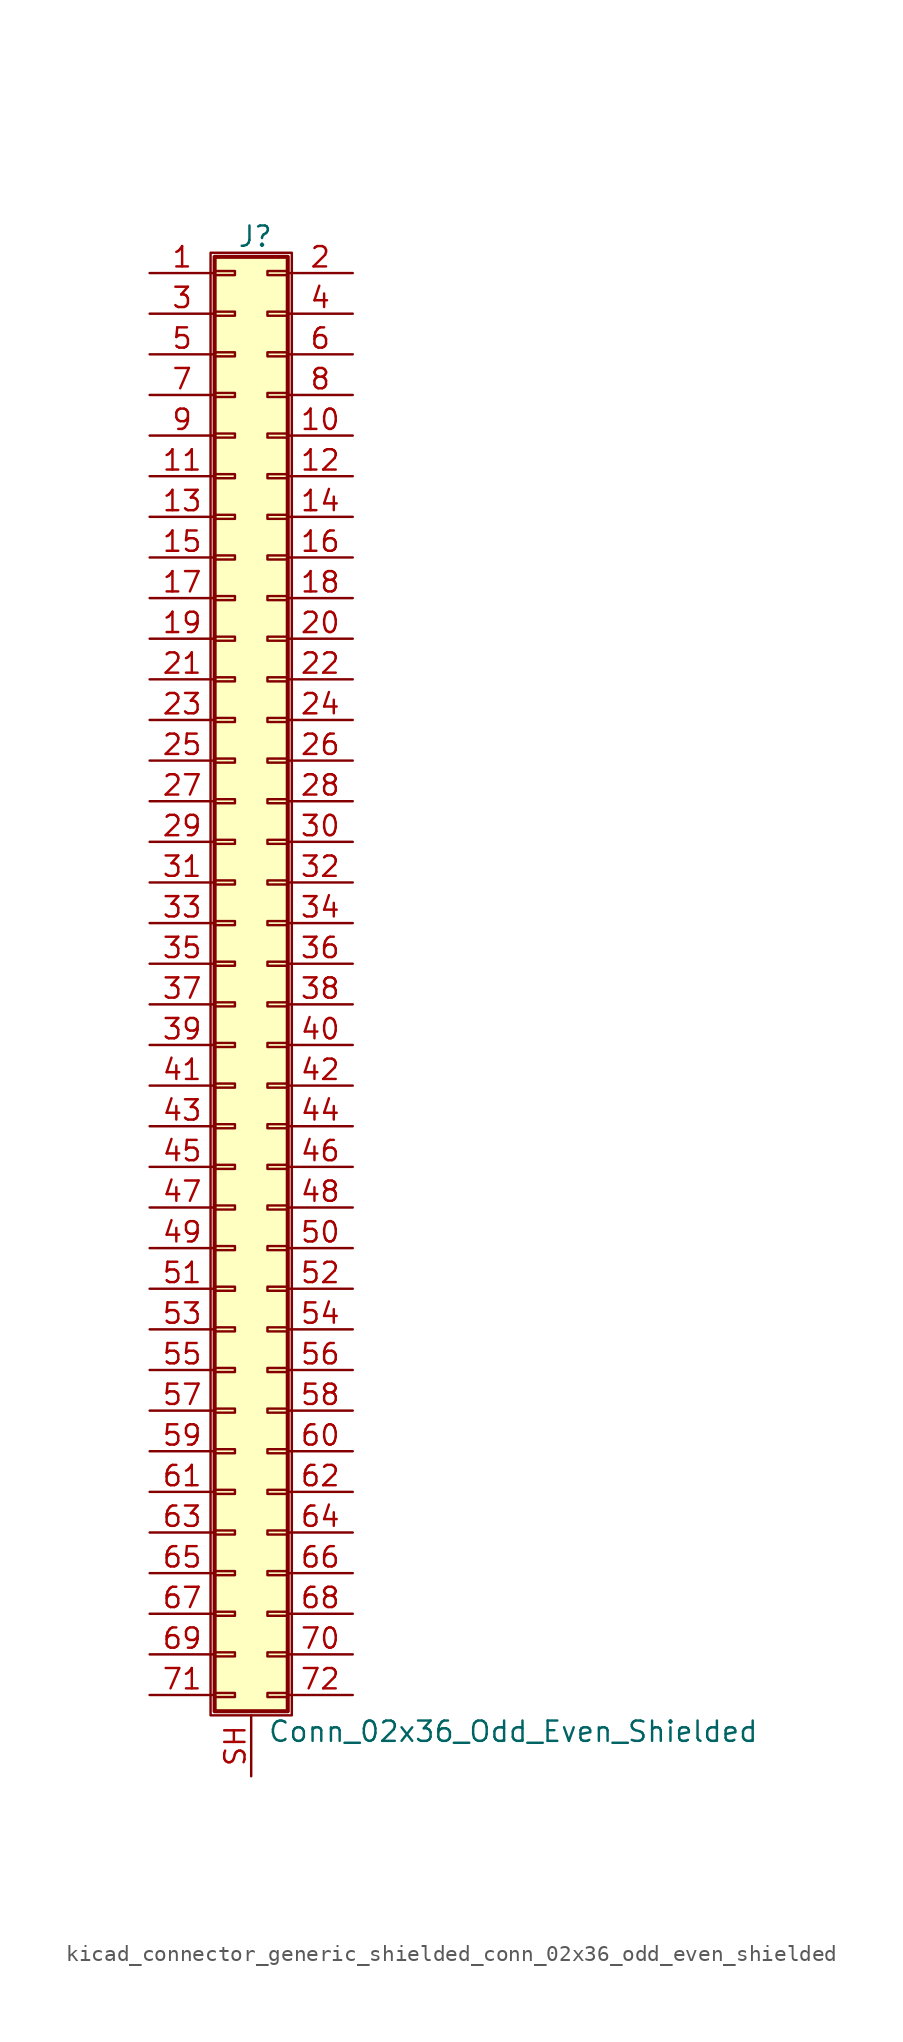
<source format=kicad_sym>
(kicad_symbol_lib
  (version 20220914)
  (generator kicad_symbol_editor)
  (symbol "kicad_connector_generic_shielded_conn_02x36_odd_even_shielded"
    (pin_names
      (offset 1.016) hide)
    (property "Reference" "J"
      (at 1.524 45.466 0)
      (effects (font (size 1.27 1.27))))
    (property "Value" "Conn_02x36_Odd_Even_Shielded"
      (at 2.286 -48.006 0)
      (effects (font (size 1.27 1.27)) (justify left)))
    (symbol "kicad_connector_generic_shielded_conn_02x36_odd_even_shielded_1_1"
      (rectangle (start -1.27 44.45) (end 3.81 -46.99) (stroke (width 0.152) (type default)) (fill (type none)))
      (rectangle (start -1.016 -45.593) (end 0.254 -45.847) (stroke (width 0.152) (type default)) (fill (type none)))
      (rectangle (start -1.016 -43.053) (end 0.254 -43.307) (stroke (width 0.152) (type default)) (fill (type none)))
      (rectangle (start -1.016 -40.513) (end 0.254 -40.767) (stroke (width 0.152) (type default)) (fill (type none)))
      (rectangle (start -1.016 -37.973) (end 0.254 -38.227) (stroke (width 0.152) (type default)) (fill (type none)))
      (rectangle (start -1.016 -35.433) (end 0.254 -35.687) (stroke (width 0.152) (type default)) (fill (type none)))
      (rectangle (start -1.016 -32.893) (end 0.254 -33.147) (stroke (width 0.152) (type default)) (fill (type none)))
      (rectangle (start -1.016 -30.353) (end 0.254 -30.607) (stroke (width 0.152) (type default)) (fill (type none)))
      (rectangle (start -1.016 -27.813) (end 0.254 -28.067) (stroke (width 0.152) (type default)) (fill (type none)))
      (rectangle (start -1.016 -25.273) (end 0.254 -25.527) (stroke (width 0.152) (type default)) (fill (type none)))
      (rectangle (start -1.016 -22.733) (end 0.254 -22.987) (stroke (width 0.152) (type default)) (fill (type none)))
      (rectangle (start -1.016 -20.193) (end 0.254 -20.447) (stroke (width 0.152) (type default)) (fill (type none)))
      (rectangle (start -1.016 -17.653) (end 0.254 -17.907) (stroke (width 0.152) (type default)) (fill (type none)))
      (rectangle (start -1.016 -15.113) (end 0.254 -15.367) (stroke (width 0.152) (type default)) (fill (type none)))
      (rectangle (start -1.016 -12.573) (end 0.254 -12.827) (stroke (width 0.152) (type default)) (fill (type none)))
      (rectangle (start -1.016 -10.033) (end 0.254 -10.287) (stroke (width 0.152) (type default)) (fill (type none)))
      (rectangle (start -1.016 -7.493) (end 0.254 -7.747) (stroke (width 0.152) (type default)) (fill (type none)))
      (rectangle (start -1.016 -4.953) (end 0.254 -5.207) (stroke (width 0.152) (type default)) (fill (type none)))
      (rectangle (start -1.016 -2.413) (end 0.254 -2.667) (stroke (width 0.152) (type default)) (fill (type none)))
      (rectangle (start -1.016 0.127) (end 0.254 -0.127) (stroke (width 0.152) (type default)) (fill (type none)))
      (rectangle (start -1.016 2.667) (end 0.254 2.413) (stroke (width 0.152) (type default)) (fill (type none)))
      (rectangle (start -1.016 5.207) (end 0.254 4.953) (stroke (width 0.152) (type default)) (fill (type none)))
      (rectangle (start -1.016 7.747) (end 0.254 7.493) (stroke (width 0.152) (type default)) (fill (type none)))
      (rectangle (start -1.016 10.287) (end 0.254 10.033) (stroke (width 0.152) (type default)) (fill (type none)))
      (rectangle (start -1.016 12.827) (end 0.254 12.573) (stroke (width 0.152) (type default)) (fill (type none)))
      (rectangle (start -1.016 15.367) (end 0.254 15.113) (stroke (width 0.152) (type default)) (fill (type none)))
      (rectangle (start -1.016 17.907) (end 0.254 17.653) (stroke (width 0.152) (type default)) (fill (type none)))
      (rectangle (start -1.016 20.447) (end 0.254 20.193) (stroke (width 0.152) (type default)) (fill (type none)))
      (rectangle (start -1.016 22.987) (end 0.254 22.733) (stroke (width 0.152) (type default)) (fill (type none)))
      (rectangle (start -1.016 25.527) (end 0.254 25.273) (stroke (width 0.152) (type default)) (fill (type none)))
      (rectangle (start -1.016 28.067) (end 0.254 27.813) (stroke (width 0.152) (type default)) (fill (type none)))
      (rectangle (start -1.016 30.607) (end 0.254 30.353) (stroke (width 0.152) (type default)) (fill (type none)))
      (rectangle (start -1.016 33.147) (end 0.254 32.893) (stroke (width 0.152) (type default)) (fill (type none)))
      (rectangle (start -1.016 35.687) (end 0.254 35.433) (stroke (width 0.152) (type default)) (fill (type none)))
      (rectangle (start -1.016 38.227) (end 0.254 37.973) (stroke (width 0.152) (type default)) (fill (type none)))
      (rectangle (start -1.016 40.767) (end 0.254 40.513) (stroke (width 0.152) (type default)) (fill (type none)))
      (rectangle (start -1.016 43.307) (end 0.254 43.053) (stroke (width 0.152) (type default)) (fill (type none)))
      (rectangle (start -1.016 44.196) (end 3.556 -46.736) (stroke (width 0.254) (type default)) (fill (type background)))
      (rectangle (start 3.556 -45.593) (end 2.286 -45.847) (stroke (width 0.152) (type default)) (fill (type none)))
      (rectangle (start 3.556 -43.053) (end 2.286 -43.307) (stroke (width 0.152) (type default)) (fill (type none)))
      (rectangle (start 3.556 -40.513) (end 2.286 -40.767) (stroke (width 0.152) (type default)) (fill (type none)))
      (rectangle (start 3.556 -37.973) (end 2.286 -38.227) (stroke (width 0.152) (type default)) (fill (type none)))
      (rectangle (start 3.556 -35.433) (end 2.286 -35.687) (stroke (width 0.152) (type default)) (fill (type none)))
      (rectangle (start 3.556 -32.893) (end 2.286 -33.147) (stroke (width 0.152) (type default)) (fill (type none)))
      (rectangle (start 3.556 -30.353) (end 2.286 -30.607) (stroke (width 0.152) (type default)) (fill (type none)))
      (rectangle (start 3.556 -27.813) (end 2.286 -28.067) (stroke (width 0.152) (type default)) (fill (type none)))
      (rectangle (start 3.556 -25.273) (end 2.286 -25.527) (stroke (width 0.152) (type default)) (fill (type none)))
      (rectangle (start 3.556 -22.733) (end 2.286 -22.987) (stroke (width 0.152) (type default)) (fill (type none)))
      (rectangle (start 3.556 -20.193) (end 2.286 -20.447) (stroke (width 0.152) (type default)) (fill (type none)))
      (rectangle (start 3.556 -17.653) (end 2.286 -17.907) (stroke (width 0.152) (type default)) (fill (type none)))
      (rectangle (start 3.556 -15.113) (end 2.286 -15.367) (stroke (width 0.152) (type default)) (fill (type none)))
      (rectangle (start 3.556 -12.573) (end 2.286 -12.827) (stroke (width 0.152) (type default)) (fill (type none)))
      (rectangle (start 3.556 -10.033) (end 2.286 -10.287) (stroke (width 0.152) (type default)) (fill (type none)))
      (rectangle (start 3.556 -7.493) (end 2.286 -7.747) (stroke (width 0.152) (type default)) (fill (type none)))
      (rectangle (start 3.556 -4.953) (end 2.286 -5.207) (stroke (width 0.152) (type default)) (fill (type none)))
      (rectangle (start 3.556 -2.413) (end 2.286 -2.667) (stroke (width 0.152) (type default)) (fill (type none)))
      (rectangle (start 3.556 0.127) (end 2.286 -0.127) (stroke (width 0.152) (type default)) (fill (type none)))
      (rectangle (start 3.556 2.667) (end 2.286 2.413) (stroke (width 0.152) (type default)) (fill (type none)))
      (rectangle (start 3.556 5.207) (end 2.286 4.953) (stroke (width 0.152) (type default)) (fill (type none)))
      (rectangle (start 3.556 7.747) (end 2.286 7.493) (stroke (width 0.152) (type default)) (fill (type none)))
      (rectangle (start 3.556 10.287) (end 2.286 10.033) (stroke (width 0.152) (type default)) (fill (type none)))
      (rectangle (start 3.556 12.827) (end 2.286 12.573) (stroke (width 0.152) (type default)) (fill (type none)))
      (rectangle (start 3.556 15.367) (end 2.286 15.113) (stroke (width 0.152) (type default)) (fill (type none)))
      (rectangle (start 3.556 17.907) (end 2.286 17.653) (stroke (width 0.152) (type default)) (fill (type none)))
      (rectangle (start 3.556 20.447) (end 2.286 20.193) (stroke (width 0.152) (type default)) (fill (type none)))
      (rectangle (start 3.556 22.987) (end 2.286 22.733) (stroke (width 0.152) (type default)) (fill (type none)))
      (rectangle (start 3.556 25.527) (end 2.286 25.273) (stroke (width 0.152) (type default)) (fill (type none)))
      (rectangle (start 3.556 28.067) (end 2.286 27.813) (stroke (width 0.152) (type default)) (fill (type none)))
      (rectangle (start 3.556 30.607) (end 2.286 30.353) (stroke (width 0.152) (type default)) (fill (type none)))
      (rectangle (start 3.556 33.147) (end 2.286 32.893) (stroke (width 0.152) (type default)) (fill (type none)))
      (rectangle (start 3.556 35.687) (end 2.286 35.433) (stroke (width 0.152) (type default)) (fill (type none)))
      (rectangle (start 3.556 38.227) (end 2.286 37.973) (stroke (width 0.152) (type default)) (fill (type none)))
      (rectangle (start 3.556 40.767) (end 2.286 40.513) (stroke (width 0.152) (type default)) (fill (type none)))
      (rectangle (start 3.556 43.307) (end 2.286 43.053) (stroke (width 0.152) (type default)) (fill (type none)))
      (pin passive line (at -5.08 43.18 0) (length 4.064) (name "Pin_1" (effects (font (size 1.27 1.27)))) (number "1" (effects (font (size 1.27 1.27)))))
      (pin passive line (at 7.62 33.02 180) (length 4.064) (name "Pin_10" (effects (font (size 1.27 1.27)))) (number "10" (effects (font (size 1.27 1.27)))))
      (pin passive line (at -5.08 30.48 0) (length 4.064) (name "Pin_11" (effects (font (size 1.27 1.27)))) (number "11" (effects (font (size 1.27 1.27)))))
      (pin passive line (at 7.62 30.48 180) (length 4.064) (name "Pin_12" (effects (font (size 1.27 1.27)))) (number "12" (effects (font (size 1.27 1.27)))))
      (pin passive line (at -5.08 27.94 0) (length 4.064) (name "Pin_13" (effects (font (size 1.27 1.27)))) (number "13" (effects (font (size 1.27 1.27)))))
      (pin passive line (at 7.62 27.94 180) (length 4.064) (name "Pin_14" (effects (font (size 1.27 1.27)))) (number "14" (effects (font (size 1.27 1.27)))))
      (pin passive line (at -5.08 25.4 0) (length 4.064) (name "Pin_15" (effects (font (size 1.27 1.27)))) (number "15" (effects (font (size 1.27 1.27)))))
      (pin passive line (at 7.62 25.4 180) (length 4.064) (name "Pin_16" (effects (font (size 1.27 1.27)))) (number "16" (effects (font (size 1.27 1.27)))))
      (pin passive line (at -5.08 22.86 0) (length 4.064) (name "Pin_17" (effects (font (size 1.27 1.27)))) (number "17" (effects (font (size 1.27 1.27)))))
      (pin passive line (at 7.62 22.86 180) (length 4.064) (name "Pin_18" (effects (font (size 1.27 1.27)))) (number "18" (effects (font (size 1.27 1.27)))))
      (pin passive line (at -5.08 20.32 0) (length 4.064) (name "Pin_19" (effects (font (size 1.27 1.27)))) (number "19" (effects (font (size 1.27 1.27)))))
      (pin passive line (at 7.62 43.18 180) (length 4.064) (name "Pin_2" (effects (font (size 1.27 1.27)))) (number "2" (effects (font (size 1.27 1.27)))))
      (pin passive line (at 7.62 20.32 180) (length 4.064) (name "Pin_20" (effects (font (size 1.27 1.27)))) (number "20" (effects (font (size 1.27 1.27)))))
      (pin passive line (at -5.08 17.78 0) (length 4.064) (name "Pin_21" (effects (font (size 1.27 1.27)))) (number "21" (effects (font (size 1.27 1.27)))))
      (pin passive line (at 7.62 17.78 180) (length 4.064) (name "Pin_22" (effects (font (size 1.27 1.27)))) (number "22" (effects (font (size 1.27 1.27)))))
      (pin passive line (at -5.08 15.24 0) (length 4.064) (name "Pin_23" (effects (font (size 1.27 1.27)))) (number "23" (effects (font (size 1.27 1.27)))))
      (pin passive line (at 7.62 15.24 180) (length 4.064) (name "Pin_24" (effects (font (size 1.27 1.27)))) (number "24" (effects (font (size 1.27 1.27)))))
      (pin passive line (at -5.08 12.7 0) (length 4.064) (name "Pin_25" (effects (font (size 1.27 1.27)))) (number "25" (effects (font (size 1.27 1.27)))))
      (pin passive line (at 7.62 12.7 180) (length 4.064) (name "Pin_26" (effects (font (size 1.27 1.27)))) (number "26" (effects (font (size 1.27 1.27)))))
      (pin passive line (at -5.08 10.16 0) (length 4.064) (name "Pin_27" (effects (font (size 1.27 1.27)))) (number "27" (effects (font (size 1.27 1.27)))))
      (pin passive line (at 7.62 10.16 180) (length 4.064) (name "Pin_28" (effects (font (size 1.27 1.27)))) (number "28" (effects (font (size 1.27 1.27)))))
      (pin passive line (at -5.08 7.62 0) (length 4.064) (name "Pin_29" (effects (font (size 1.27 1.27)))) (number "29" (effects (font (size 1.27 1.27)))))
      (pin passive line (at -5.08 40.64 0) (length 4.064) (name "Pin_3" (effects (font (size 1.27 1.27)))) (number "3" (effects (font (size 1.27 1.27)))))
      (pin passive line (at 7.62 7.62 180) (length 4.064) (name "Pin_30" (effects (font (size 1.27 1.27)))) (number "30" (effects (font (size 1.27 1.27)))))
      (pin passive line (at -5.08 5.08 0) (length 4.064) (name "Pin_31" (effects (font (size 1.27 1.27)))) (number "31" (effects (font (size 1.27 1.27)))))
      (pin passive line (at 7.62 5.08 180) (length 4.064) (name "Pin_32" (effects (font (size 1.27 1.27)))) (number "32" (effects (font (size 1.27 1.27)))))
      (pin passive line (at -5.08 2.54 0) (length 4.064) (name "Pin_33" (effects (font (size 1.27 1.27)))) (number "33" (effects (font (size 1.27 1.27)))))
      (pin passive line (at 7.62 2.54 180) (length 4.064) (name "Pin_34" (effects (font (size 1.27 1.27)))) (number "34" (effects (font (size 1.27 1.27)))))
      (pin passive line (at -5.08 0 0) (length 4.064) (name "Pin_35" (effects (font (size 1.27 1.27)))) (number "35" (effects (font (size 1.27 1.27)))))
      (pin passive line (at 7.62 0 180) (length 4.064) (name "Pin_36" (effects (font (size 1.27 1.27)))) (number "36" (effects (font (size 1.27 1.27)))))
      (pin passive line (at -5.08 -2.54 0) (length 4.064) (name "Pin_37" (effects (font (size 1.27 1.27)))) (number "37" (effects (font (size 1.27 1.27)))))
      (pin passive line (at 7.62 -2.54 180) (length 4.064) (name "Pin_38" (effects (font (size 1.27 1.27)))) (number "38" (effects (font (size 1.27 1.27)))))
      (pin passive line (at -5.08 -5.08 0) (length 4.064) (name "Pin_39" (effects (font (size 1.27 1.27)))) (number "39" (effects (font (size 1.27 1.27)))))
      (pin passive line (at 7.62 40.64 180) (length 4.064) (name "Pin_4" (effects (font (size 1.27 1.27)))) (number "4" (effects (font (size 1.27 1.27)))))
      (pin passive line (at 7.62 -5.08 180) (length 4.064) (name "Pin_40" (effects (font (size 1.27 1.27)))) (number "40" (effects (font (size 1.27 1.27)))))
      (pin passive line (at -5.08 -7.62 0) (length 4.064) (name "Pin_41" (effects (font (size 1.27 1.27)))) (number "41" (effects (font (size 1.27 1.27)))))
      (pin passive line (at 7.62 -7.62 180) (length 4.064) (name "Pin_42" (effects (font (size 1.27 1.27)))) (number "42" (effects (font (size 1.27 1.27)))))
      (pin passive line (at -5.08 -10.16 0) (length 4.064) (name "Pin_43" (effects (font (size 1.27 1.27)))) (number "43" (effects (font (size 1.27 1.27)))))
      (pin passive line (at 7.62 -10.16 180) (length 4.064) (name "Pin_44" (effects (font (size 1.27 1.27)))) (number "44" (effects (font (size 1.27 1.27)))))
      (pin passive line (at -5.08 -12.7 0) (length 4.064) (name "Pin_45" (effects (font (size 1.27 1.27)))) (number "45" (effects (font (size 1.27 1.27)))))
      (pin passive line (at 7.62 -12.7 180) (length 4.064) (name "Pin_46" (effects (font (size 1.27 1.27)))) (number "46" (effects (font (size 1.27 1.27)))))
      (pin passive line (at -5.08 -15.24 0) (length 4.064) (name "Pin_47" (effects (font (size 1.27 1.27)))) (number "47" (effects (font (size 1.27 1.27)))))
      (pin passive line (at 7.62 -15.24 180) (length 4.064) (name "Pin_48" (effects (font (size 1.27 1.27)))) (number "48" (effects (font (size 1.27 1.27)))))
      (pin passive line (at -5.08 -17.78 0) (length 4.064) (name "Pin_49" (effects (font (size 1.27 1.27)))) (number "49" (effects (font (size 1.27 1.27)))))
      (pin passive line (at -5.08 38.1 0) (length 4.064) (name "Pin_5" (effects (font (size 1.27 1.27)))) (number "5" (effects (font (size 1.27 1.27)))))
      (pin passive line (at 7.62 -17.78 180) (length 4.064) (name "Pin_50" (effects (font (size 1.27 1.27)))) (number "50" (effects (font (size 1.27 1.27)))))
      (pin passive line (at -5.08 -20.32 0) (length 4.064) (name "Pin_51" (effects (font (size 1.27 1.27)))) (number "51" (effects (font (size 1.27 1.27)))))
      (pin passive line (at 7.62 -20.32 180) (length 4.064) (name "Pin_52" (effects (font (size 1.27 1.27)))) (number "52" (effects (font (size 1.27 1.27)))))
      (pin passive line (at -5.08 -22.86 0) (length 4.064) (name "Pin_53" (effects (font (size 1.27 1.27)))) (number "53" (effects (font (size 1.27 1.27)))))
      (pin passive line (at 7.62 -22.86 180) (length 4.064) (name "Pin_54" (effects (font (size 1.27 1.27)))) (number "54" (effects (font (size 1.27 1.27)))))
      (pin passive line (at -5.08 -25.4 0) (length 4.064) (name "Pin_55" (effects (font (size 1.27 1.27)))) (number "55" (effects (font (size 1.27 1.27)))))
      (pin passive line (at 7.62 -25.4 180) (length 4.064) (name "Pin_56" (effects (font (size 1.27 1.27)))) (number "56" (effects (font (size 1.27 1.27)))))
      (pin passive line (at -5.08 -27.94 0) (length 4.064) (name "Pin_57" (effects (font (size 1.27 1.27)))) (number "57" (effects (font (size 1.27 1.27)))))
      (pin passive line (at 7.62 -27.94 180) (length 4.064) (name "Pin_58" (effects (font (size 1.27 1.27)))) (number "58" (effects (font (size 1.27 1.27)))))
      (pin passive line (at -5.08 -30.48 0) (length 4.064) (name "Pin_59" (effects (font (size 1.27 1.27)))) (number "59" (effects (font (size 1.27 1.27)))))
      (pin passive line (at 7.62 38.1 180) (length 4.064) (name "Pin_6" (effects (font (size 1.27 1.27)))) (number "6" (effects (font (size 1.27 1.27)))))
      (pin passive line (at 7.62 -30.48 180) (length 4.064) (name "Pin_60" (effects (font (size 1.27 1.27)))) (number "60" (effects (font (size 1.27 1.27)))))
      (pin passive line (at -5.08 -33.02 0) (length 4.064) (name "Pin_61" (effects (font (size 1.27 1.27)))) (number "61" (effects (font (size 1.27 1.27)))))
      (pin passive line (at 7.62 -33.02 180) (length 4.064) (name "Pin_62" (effects (font (size 1.27 1.27)))) (number "62" (effects (font (size 1.27 1.27)))))
      (pin passive line (at -5.08 -35.56 0) (length 4.064) (name "Pin_63" (effects (font (size 1.27 1.27)))) (number "63" (effects (font (size 1.27 1.27)))))
      (pin passive line (at 7.62 -35.56 180) (length 4.064) (name "Pin_64" (effects (font (size 1.27 1.27)))) (number "64" (effects (font (size 1.27 1.27)))))
      (pin passive line (at -5.08 -38.1 0) (length 4.064) (name "Pin_65" (effects (font (size 1.27 1.27)))) (number "65" (effects (font (size 1.27 1.27)))))
      (pin passive line (at 7.62 -38.1 180) (length 4.064) (name "Pin_66" (effects (font (size 1.27 1.27)))) (number "66" (effects (font (size 1.27 1.27)))))
      (pin passive line (at -5.08 -40.64 0) (length 4.064) (name "Pin_67" (effects (font (size 1.27 1.27)))) (number "67" (effects (font (size 1.27 1.27)))))
      (pin passive line (at 7.62 -40.64 180) (length 4.064) (name "Pin_68" (effects (font (size 1.27 1.27)))) (number "68" (effects (font (size 1.27 1.27)))))
      (pin passive line (at -5.08 -43.18 0) (length 4.064) (name "Pin_69" (effects (font (size 1.27 1.27)))) (number "69" (effects (font (size 1.27 1.27)))))
      (pin passive line (at -5.08 35.56 0) (length 4.064) (name "Pin_7" (effects (font (size 1.27 1.27)))) (number "7" (effects (font (size 1.27 1.27)))))
      (pin passive line (at 7.62 -43.18 180) (length 4.064) (name "Pin_70" (effects (font (size 1.27 1.27)))) (number "70" (effects (font (size 1.27 1.27)))))
      (pin passive line (at -5.08 -45.72 0) (length 4.064) (name "Pin_71" (effects (font (size 1.27 1.27)))) (number "71" (effects (font (size 1.27 1.27)))))
      (pin passive line (at 7.62 -45.72 180) (length 4.064) (name "Pin_72" (effects (font (size 1.27 1.27)))) (number "72" (effects (font (size 1.27 1.27)))))
      (pin passive line (at 7.62 35.56 180) (length 4.064) (name "Pin_8" (effects (font (size 1.27 1.27)))) (number "8" (effects (font (size 1.27 1.27)))))
      (pin passive line (at -5.08 33.02 0) (length 4.064) (name "Pin_9" (effects (font (size 1.27 1.27)))) (number "9" (effects (font (size 1.27 1.27)))))
      (pin passive line (at 1.27 -50.8 90) (length 3.81) (name "Shield" (effects (font (size 1.27 1.27)))) (number "SH" (effects (font (size 1.27 1.27))))))))
</source>
